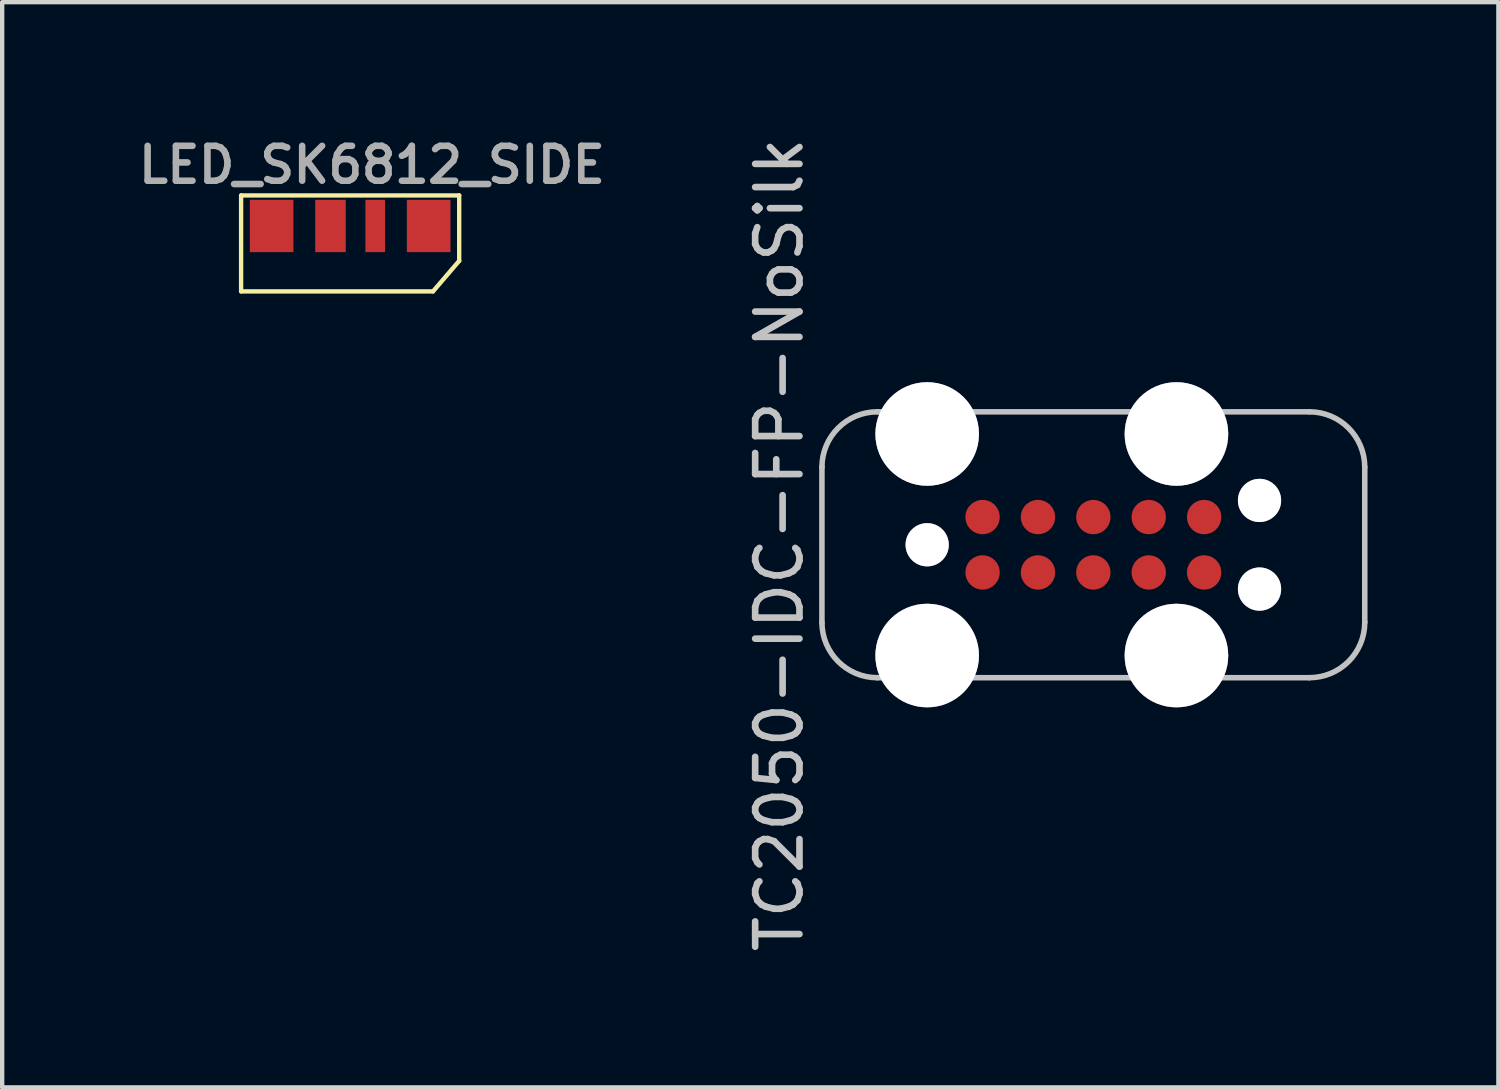
<source format=kicad_pcb>
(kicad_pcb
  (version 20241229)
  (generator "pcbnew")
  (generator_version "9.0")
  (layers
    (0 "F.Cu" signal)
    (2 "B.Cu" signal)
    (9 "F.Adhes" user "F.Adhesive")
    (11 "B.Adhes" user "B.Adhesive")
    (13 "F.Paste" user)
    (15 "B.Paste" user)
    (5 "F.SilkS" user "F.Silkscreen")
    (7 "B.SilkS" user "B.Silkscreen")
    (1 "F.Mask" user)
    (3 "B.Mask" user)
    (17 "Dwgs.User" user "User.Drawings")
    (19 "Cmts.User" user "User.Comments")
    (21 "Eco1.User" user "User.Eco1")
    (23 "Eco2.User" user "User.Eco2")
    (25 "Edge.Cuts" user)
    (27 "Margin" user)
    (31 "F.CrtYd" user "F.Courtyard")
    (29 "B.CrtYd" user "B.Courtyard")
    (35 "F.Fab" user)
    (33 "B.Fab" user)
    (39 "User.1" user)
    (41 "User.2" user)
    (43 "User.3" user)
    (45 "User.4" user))
  (footprint "TC2050-IDC-FP-NoSilk"
    (layer "F.Cu")
    (at 22.018 9.44)
    (property "Reference" "TC2050-IDC-FP-NoSilk" (at -7.2 0 90) (layer "Dwgs.User") (effects (font (size 1.016 1.016) (thickness 0.152))))
    (attr smd)
    (fp_line (start -6.223 1.778) (end -6.223 -1.778) (stroke (width 0.127) (type solid)) (layer "Dwgs.User"))
    (fp_line (start -4.953 -3.048) (end 4.953 -3.048) (stroke (width 0.127) (type solid)) (layer "Dwgs.User"))
    (fp_line (start 4.953 3.048) (end -4.953 3.048) (stroke (width 0.127) (type solid)) (layer "Dwgs.User"))
    (fp_line (start 6.223 -1.778) (end 6.223 1.778) (stroke (width 0.127) (type solid)) (layer "Dwgs.User"))
    (fp_arc (start -6.223 -1.778) (mid -5.851026 -2.676026) (end -4.953 -3.048) (stroke (width 0.127) (type solid)) (layer "Dwgs.User"))
    (fp_arc (start -4.953 3.048) (mid -5.851026 2.676026) (end -6.223 1.778) (stroke (width 0.127) (type solid)) (layer "Dwgs.User"))
    (fp_arc (start 4.953 -3.048) (mid 5.851026 -2.676026) (end 6.223 -1.778) (stroke (width 0.127) (type solid)) (layer "Dwgs.User"))
    (fp_arc (start 6.223 1.778) (mid 5.851026 2.676026) (end 4.953 3.048) (stroke (width 0.127) (type solid)) (layer "Dwgs.User"))
    (pad "" thru_hole circle (at -3.81 -2.54) (size 2.375 2.375) (drill 2.375) (layers "*.Cu" "*.Mask"))
    (pad "" thru_hole circle (at -3.81 0) (size 0.991 0.991) (drill 0.991) (layers "*.Cu" "*.Mask"))
    (pad "" thru_hole circle (at -3.81 2.54) (size 2.375 2.375) (drill 2.375) (layers "*.Cu" "*.Mask"))
    (pad "" thru_hole circle (at 1.905 -2.54) (size 2.375 2.375) (drill 2.375) (layers "*.Cu" "*.Mask"))
    (pad "" thru_hole circle (at 1.905 2.54) (size 2.375 2.375) (drill 2.375) (layers "*.Cu" "*.Mask"))
    (pad "" thru_hole circle (at 3.81 -1.016) (size 0.991 0.991) (drill 0.991) (layers "*.Cu" "*.Mask"))
    (pad "" thru_hole circle (at 3.81 1.016) (size 0.991 0.991) (drill 0.991) (layers "*.Cu" "*.Mask"))
    (pad "1" smd circle (at -2.54 0.635) (size 0.787 0.787) (layers "F.Cu" "F.Mask"))
    (pad "2" smd circle (at -1.27 0.635) (size 0.787 0.787) (layers "F.Cu" "F.Mask"))
    (pad "3" smd circle (at 0 0.635) (size 0.787 0.787) (layers "F.Cu" "F.Mask"))
    (pad "4" smd circle (at 1.27 0.635) (size 0.787 0.787) (layers "F.Cu" "F.Mask"))
    (pad "5" smd circle (at 2.54 0.635) (size 0.787 0.787) (layers "F.Cu" "F.Mask"))
    (pad "6" smd circle (at 2.54 -0.635) (size 0.787 0.787) (layers "F.Cu" "F.Mask"))
    (pad "7" smd circle (at 1.27 -0.635) (size 0.787 0.787) (layers "F.Cu" "F.Mask"))
    (pad "8" smd circle (at 0 -0.635) (size 0.787 0.787) (layers "F.Cu" "F.Mask"))
    (pad "9" smd circle (at -1.27 -0.635) (size 0.787 0.787) (layers "F.Cu" "F.Mask"))
    (pad "10" smd circle (at -2.54 -0.635) (size 0.787 0.787) (layers "F.Cu" "F.Mask")))
  (footprint "LED_SK6812_SIDE"
    (layer "F.Cu")
    (at 5.078 2.131)
    (property "Reference" "LED_SK6812_SIDE" (at 0.4 -1.4 0) (layer "F.Fab") (effects (font (size 0.8 0.8) (thickness 0.15))))
    (attr through_hole)
    (fp_line (start -2.6 -0.7) (end 2.4 -0.7) (stroke (width 0.1) (type solid)) (layer "F.SilkS"))
    (fp_line (start -2.6 1.5) (end -2.6 -0.7) (stroke (width 0.1) (type solid)) (layer "F.SilkS"))
    (fp_line (start 1.8 1.5) (end -2.6 1.5) (stroke (width 0.1) (type solid)) (layer "F.SilkS"))
    (fp_line (start 2.4 -0.7) (end 2.4 0.8) (stroke (width 0.1) (type solid)) (layer "F.SilkS"))
    (fp_line (start 2.4 0.8) (end 1.8 1.5) (stroke (width 0.1) (type solid)) (layer "F.SilkS"))
    (pad "1" smd rect (at -1.9 0) (size 1 1.2) (layers "F.Cu" "F.Mask" "F.Paste"))
    (pad "2" smd rect (at -0.55 0) (size 0.7 1.2) (layers "F.Cu" "F.Mask" "F.Paste"))
    (pad "3" smd rect (at 0.475 0) (size 0.45 1.2) (layers "F.Cu" "F.Mask" "F.Paste"))
    (pad "4" smd rect (at 1.7 0) (size 1 1.2) (layers "F.Cu" "F.Mask" "F.Paste")))
  (gr_rect
    (start -3 -3)
    (end 31.305 21.881)
    (stroke (width 0.1) (type default))
    (fill no)
    (layer "Edge.Cuts")))
</source>
